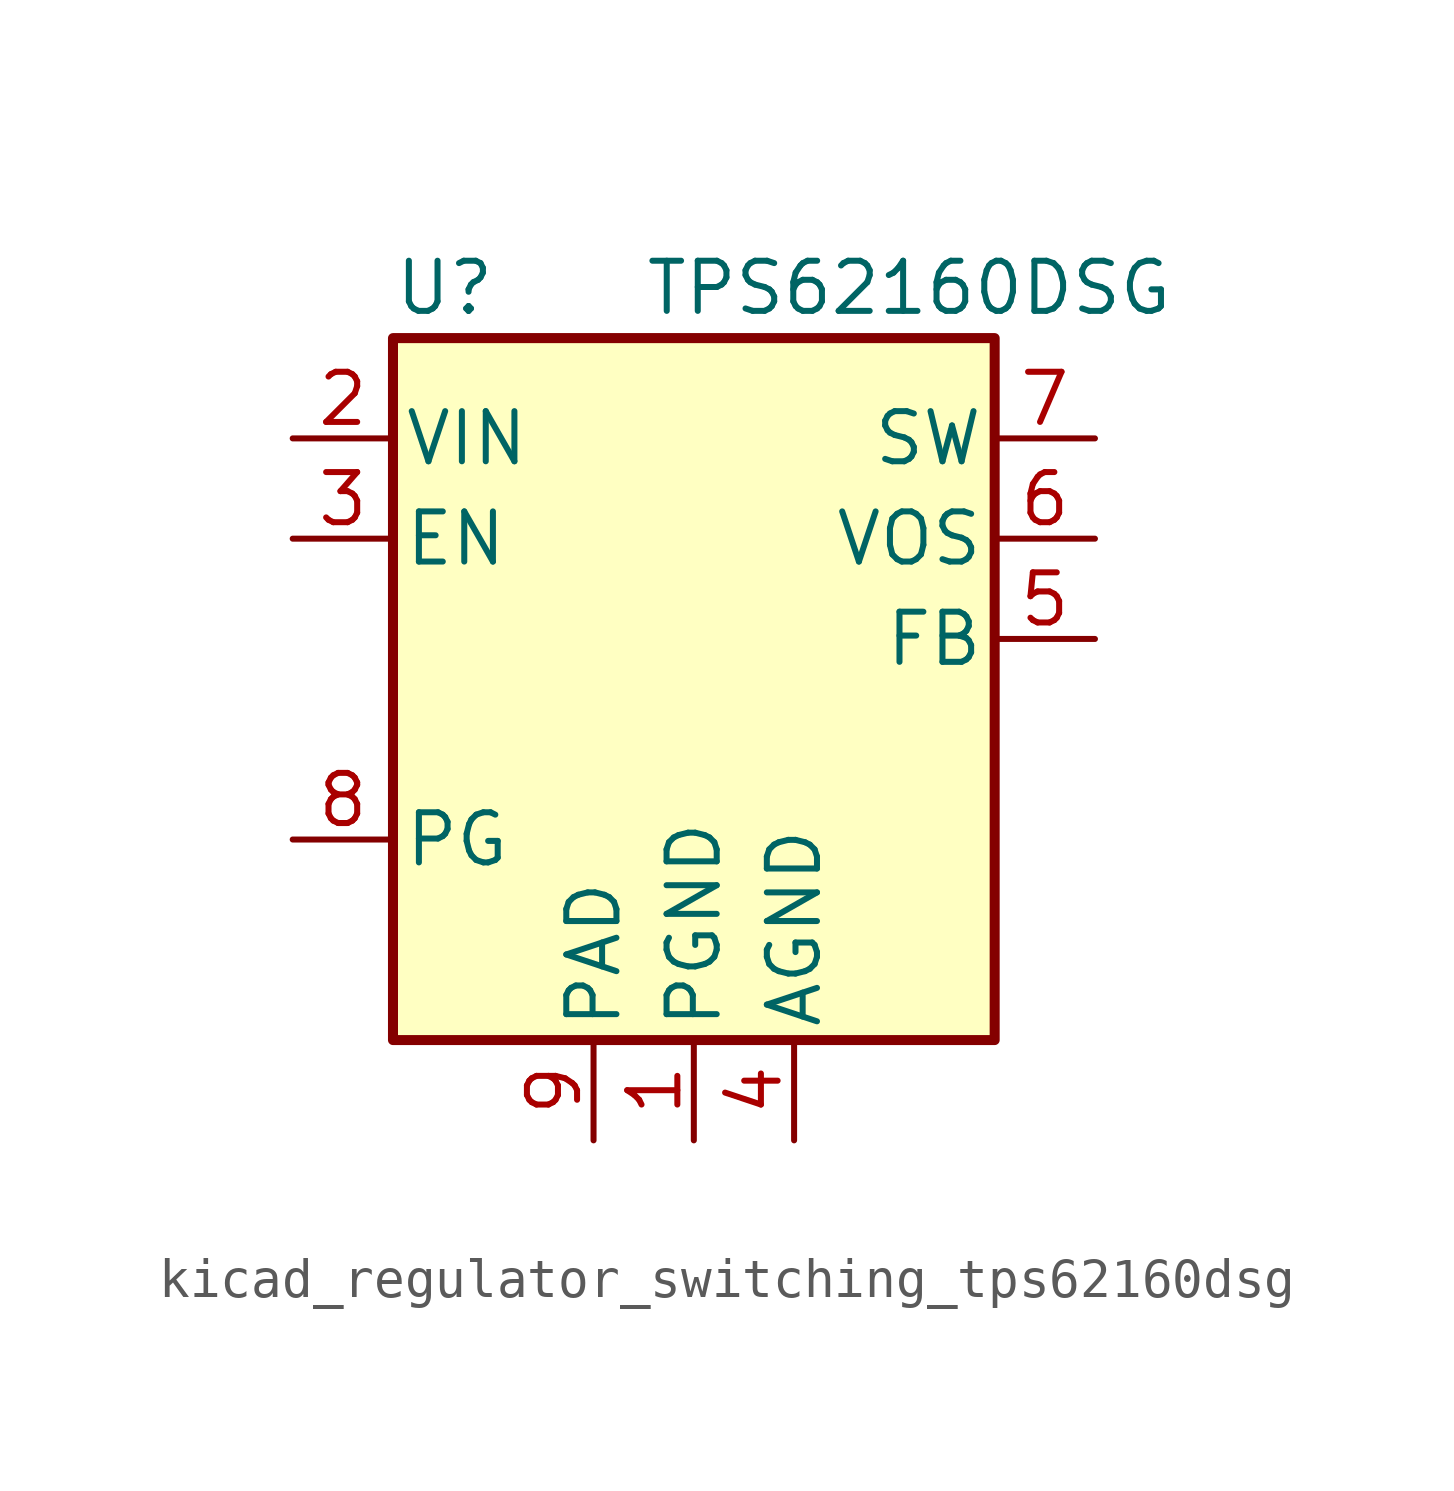
<source format=kicad_sym>
(kicad_symbol_lib
  (version 20220914)
  (generator kicad_symbol_editor)
  (symbol "kicad_regulator_switching_tps62160dsg"
    (pin_names
      (offset 0.254))
    (property "Reference" "U"
      (at -7.62 11.43 0)
      (effects (font (size 1.27 1.27)) (justify left)))
    (property "Value" "TPS62160DSG"
      (at -1.27 11.43 0)
      (effects (font (size 1.27 1.27)) (justify left)))
    (symbol "kicad_regulator_switching_tps62160dsg_0_1"
      (rectangle (start -7.62 10.16) (end 7.62 -7.62) (stroke (width 0.254) (type default)) (fill (type background))))
    (symbol "kicad_regulator_switching_tps62160dsg_1_1"
      (pin power_in line (at 0 -10.16 90) (length 2.54) (name "PGND" (effects (font (size 1.27 1.27)))) (number "1" (effects (font (size 1.27 1.27)))))
      (pin power_in line (at -10.16 7.62 0) (length 2.54) (name "VIN" (effects (font (size 1.27 1.27)))) (number "2" (effects (font (size 1.27 1.27)))))
      (pin input line (at -10.16 5.08 0) (length 2.54) (name "EN" (effects (font (size 1.27 1.27)))) (number "3" (effects (font (size 1.27 1.27)))))
      (pin power_in line (at 2.54 -10.16 90) (length 2.54) (name "AGND" (effects (font (size 1.27 1.27)))) (number "4" (effects (font (size 1.27 1.27)))))
      (pin input line (at 10.16 2.54 180) (length 2.54) (name "FB" (effects (font (size 1.27 1.27)))) (number "5" (effects (font (size 1.27 1.27)))))
      (pin input line (at 10.16 5.08 180) (length 2.54) (name "VOS" (effects (font (size 1.27 1.27)))) (number "6" (effects (font (size 1.27 1.27)))))
      (pin output line (at 10.16 7.62 180) (length 2.54) (name "SW" (effects (font (size 1.27 1.27)))) (number "7" (effects (font (size 1.27 1.27)))))
      (pin open_collector line (at -10.16 -2.54 0) (length 2.54) (name "PG" (effects (font (size 1.27 1.27)))) (number "8" (effects (font (size 1.27 1.27)))))
      (pin power_in line (at -2.54 -10.16 90) (length 2.54) (name "PAD" (effects (font (size 1.27 1.27)))) (number "9" (effects (font (size 1.27 1.27))))))))
</source>
